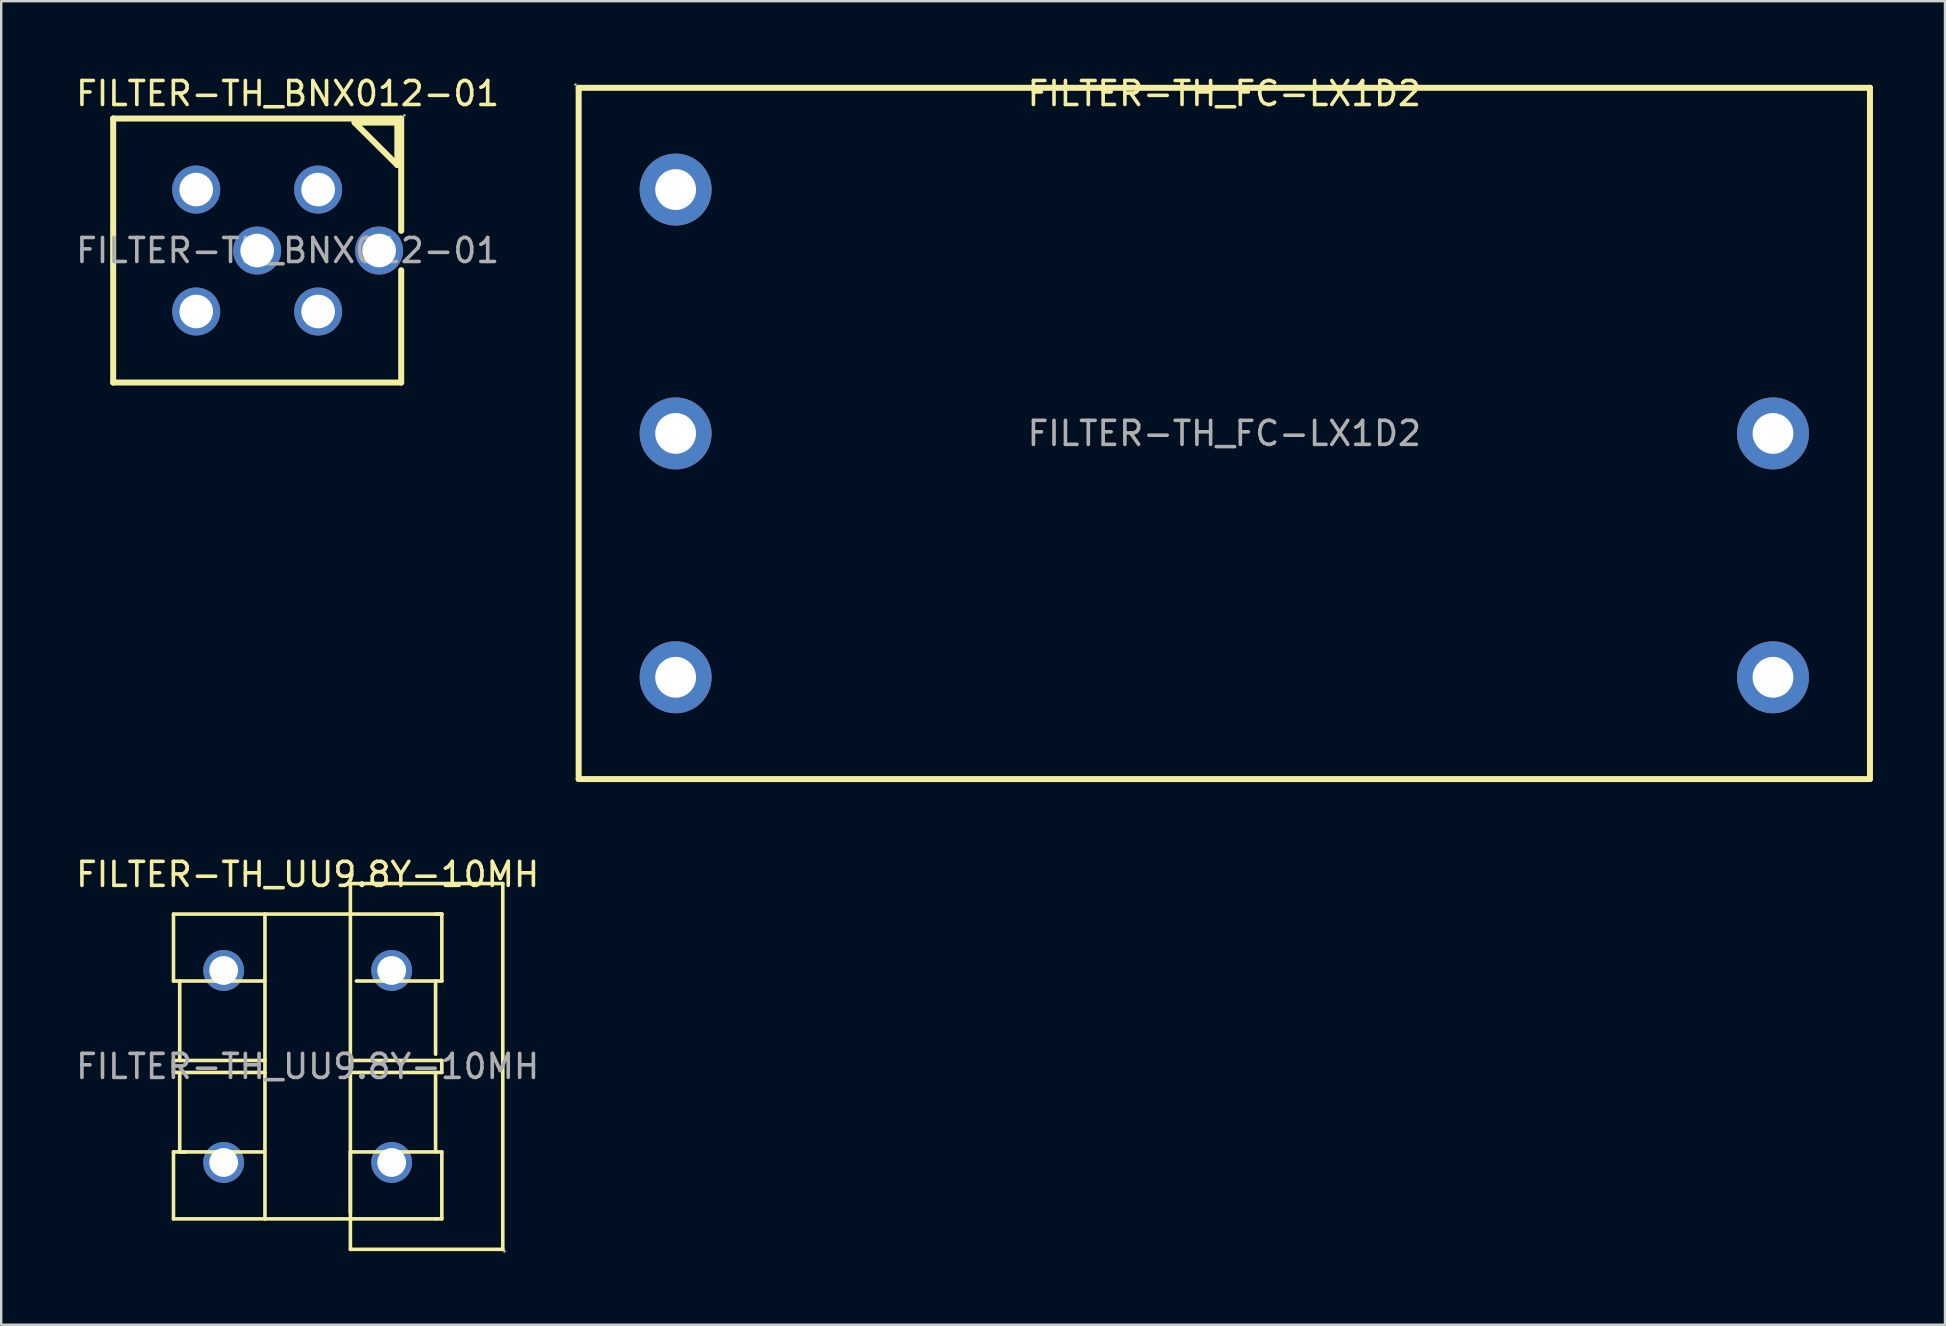
<source format=kicad_pcb>
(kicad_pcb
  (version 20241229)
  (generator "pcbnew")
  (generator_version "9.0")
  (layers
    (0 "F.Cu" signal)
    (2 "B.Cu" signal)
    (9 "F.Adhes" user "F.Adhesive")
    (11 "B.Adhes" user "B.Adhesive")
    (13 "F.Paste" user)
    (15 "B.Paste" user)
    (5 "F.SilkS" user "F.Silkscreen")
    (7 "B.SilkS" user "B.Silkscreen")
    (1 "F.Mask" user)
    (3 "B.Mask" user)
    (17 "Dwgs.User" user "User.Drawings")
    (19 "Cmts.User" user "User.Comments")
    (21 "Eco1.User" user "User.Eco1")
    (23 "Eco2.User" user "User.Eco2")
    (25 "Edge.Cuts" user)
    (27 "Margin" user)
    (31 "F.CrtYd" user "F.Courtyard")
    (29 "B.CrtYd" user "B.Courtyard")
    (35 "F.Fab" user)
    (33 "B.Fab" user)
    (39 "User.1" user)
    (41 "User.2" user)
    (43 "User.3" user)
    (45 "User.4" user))
  (footprint "FILTER-TH_FC-LX1D2"
    (layer "F.Cu")
    (at 47.959 15.008)
    (property "Reference" "FILTER-TH_FC-LX1D2" (at 0 -14.16 0) (layer "F.SilkS") (effects (font (size 1 1) (thickness 0.15))))
    (attr through_hole)
    (fp_line (start -26.9 -14.4) (end -26.9 14.4) (stroke (width 0.25) (type solid)) (layer "F.SilkS"))
    (fp_line (start -26.9 -14.4) (end 26.9 -14.4) (stroke (width 0.25) (type solid)) (layer "F.SilkS"))
    (fp_line (start -26.9 14.4) (end 26.9 14.4) (stroke (width 0.25) (type solid)) (layer "F.SilkS"))
    (fp_line (start 26.9 -14.4) (end 26.9 14.4) (stroke (width 0.25) (type solid)) (layer "F.SilkS"))
    (fp_circle (center -27.03 -14.53) (end -27 -14.53) (stroke (width 0.06) (type solid)) (fill no) (layer "F.Fab"))
    (fp_circle (center -22.86 -10.16) (end -22.48 -10.16) (stroke (width 0.75) (type solid)) (fill no) (layer "F.Fab"))
    (fp_circle (center -22.86 0) (end -22.48 0) (stroke (width 0.75) (type solid)) (fill no) (layer "F.Fab"))
    (fp_circle (center -22.86 10.16) (end -22.48 10.16) (stroke (width 0.75) (type solid)) (fill no) (layer "F.Fab"))
    (fp_circle (center 22.86 0) (end 23.24 0) (stroke (width 0.75) (type solid)) (fill no) (layer "F.Fab"))
    (fp_circle (center 22.86 10.16) (end 23.24 10.16) (stroke (width 0.75) (type solid)) (fill no) (layer "F.Fab"))
    (fp_text user "${REFERENCE}" (at 0 0 0) (layer "F.Fab") (effects (font (size 1 1) (thickness 0.15))))
    (pad "1" thru_hole circle (at -22.86 -10.16) (size 3 3) (drill 1.7) (layers "*.Cu" "*.Paste" "*.Mask"))
    (pad "2" thru_hole circle (at -22.86 0) (size 3 3) (drill 1.7) (layers "*.Cu" "*.Paste" "*.Mask"))
    (pad "3" thru_hole circle (at -22.86 10.16) (size 3 3) (drill 1.7) (layers "*.Cu" "*.Paste" "*.Mask"))
    (pad "4" thru_hole circle (at 22.86 10.16) (size 3 3) (drill 1.7) (layers "*.Cu" "*.Paste" "*.Mask"))
    (pad "5" thru_hole circle (at 22.86 0) (size 3 3) (drill 1.7) (layers "*.Cu" "*.Paste" "*.Mask")))
  (footprint "FILTER-TH_UU9.8Y-10MH"
    (layer "F.Cu")
    (at 9.768 41.382)
    (property "Reference" "FILTER-TH_UU9.8Y-10MH" (at 0 -8 0) (layer "F.SilkS") (effects (font (size 1 1) (thickness 0.15))))
    (attr through_hole)
    (fp_line (start -5.59 -6.35) (end -1.78 -6.35) (stroke (width 0.15) (type solid)) (layer "F.SilkS"))
    (fp_line (start -5.59 -3.56) (end -5.59 -6.35) (stroke (width 0.15) (type solid)) (layer "F.SilkS"))
    (fp_line (start -5.59 -3.56) (end -1.78 -3.56) (stroke (width 0.15) (type solid)) (layer "F.SilkS"))
    (fp_line (start -5.59 -0.25) (end -5.59 0.25) (stroke (width 0.15) (type solid)) (layer "F.SilkS"))
    (fp_line (start -5.59 0.25) (end -1.78 0.25) (stroke (width 0.15) (type solid)) (layer "F.SilkS"))
    (fp_line (start -5.59 3.56) (end -5.08 3.56) (stroke (width 0.15) (type solid)) (layer "F.SilkS"))
    (fp_line (start -5.59 6.35) (end -5.59 3.56) (stroke (width 0.15) (type solid)) (layer "F.SilkS"))
    (fp_line (start -5.59 6.35) (end -1.78 6.35) (stroke (width 0.15) (type solid)) (layer "F.SilkS"))
    (fp_line (start -5.33 -3.56) (end -5.33 -0.25) (stroke (width 0.15) (type solid)) (layer "F.SilkS"))
    (fp_line (start -5.33 0.25) (end -5.33 3.56) (stroke (width 0.15) (type solid)) (layer "F.SilkS"))
    (fp_line (start -1.78 -6.35) (end -1.78 6.35) (stroke (width 0.15) (type solid)) (layer "F.SilkS"))
    (fp_line (start -1.78 -0.25) (end -5.59 -0.25) (stroke (width 0.15) (type solid)) (layer "F.SilkS"))
    (fp_line (start -1.78 0.25) (end -1.78 0.25) (stroke (width 0.15) (type solid)) (layer "F.SilkS"))
    (fp_line (start -1.78 3.56) (end -5.33 3.56) (stroke (width 0.15) (type solid)) (layer "F.SilkS"))
    (fp_line (start -1.78 6.35) (end 1.78 6.35) (stroke (width 0.15) (type solid)) (layer "F.SilkS"))
    (fp_line (start 1.78 -7.62) (end 1.78 -6.35) (stroke (width 0.15) (type solid)) (layer "F.SilkS"))
    (fp_line (start 1.78 -6.35) (end -1.78 -6.35) (stroke (width 0.15) (type solid)) (layer "F.SilkS"))
    (fp_line (start 1.78 -6.35) (end 5.59 -6.35) (stroke (width 0.15) (type solid)) (layer "F.SilkS"))
    (fp_line (start 1.78 -0.25) (end 5.59 -0.25) (stroke (width 0.15) (type solid)) (layer "F.SilkS"))
    (fp_line (start 1.78 3.56) (end 1.78 6.1) (stroke (width 0.15) (type solid)) (layer "F.SilkS"))
    (fp_line (start 1.78 6.35) (end 1.78 -6.35) (stroke (width 0.15) (type solid)) (layer "F.SilkS"))
    (fp_line (start 1.78 6.35) (end 5.33 6.35) (stroke (width 0.15) (type solid)) (layer "F.SilkS"))
    (fp_line (start 1.78 7.62) (end 1.78 6.35) (stroke (width 0.15) (type solid)) (layer "F.SilkS"))
    (fp_line (start 1.78 7.62) (end 8.13 7.62) (stroke (width 0.15) (type solid)) (layer "F.SilkS"))
    (fp_line (start 5.33 -3.56) (end 5.33 -0.51) (stroke (width 0.15) (type solid)) (layer "F.SilkS"))
    (fp_line (start 5.33 0.25) (end 5.33 3.56) (stroke (width 0.15) (type solid)) (layer "F.SilkS"))
    (fp_line (start 5.33 6.35) (end 5.59 6.35) (stroke (width 0.15) (type solid)) (layer "F.SilkS"))
    (fp_line (start 5.59 -6.35) (end 5.33 -6.35) (stroke (width 0.15) (type solid)) (layer "F.SilkS"))
    (fp_line (start 5.59 -3.56) (end 2.03 -3.56) (stroke (width 0.15) (type solid)) (layer "F.SilkS"))
    (fp_line (start 5.59 -3.56) (end 5.59 -6.35) (stroke (width 0.15) (type solid)) (layer "F.SilkS"))
    (fp_line (start 5.59 -0.25) (end 5.59 0.25) (stroke (width 0.15) (type solid)) (layer "F.SilkS"))
    (fp_line (start 5.59 0.25) (end 1.78 0.25) (stroke (width 0.15) (type solid)) (layer "F.SilkS"))
    (fp_line (start 5.59 3.56) (end 1.78 3.56) (stroke (width 0.15) (type solid)) (layer "F.SilkS"))
    (fp_line (start 5.59 6.35) (end 5.59 3.56) (stroke (width 0.15) (type solid)) (layer "F.SilkS"))
    (fp_line (start 8.13 -7.62) (end 1.78 -7.62) (stroke (width 0.15) (type solid)) (layer "F.SilkS"))
    (fp_line (start 8.13 7.62) (end 8.13 -7.62) (stroke (width 0.15) (type solid)) (layer "F.SilkS"))
    (fp_circle (center -3.5 -4) (end -3.25 -4) (stroke (width 0.5) (type solid)) (fill no) (layer "F.Fab"))
    (fp_circle (center -3.5 4) (end -3.25 4) (stroke (width 0.5) (type solid)) (fill no) (layer "F.Fab"))
    (fp_circle (center 3.5 -4) (end 3.75 -4) (stroke (width 0.5) (type solid)) (fill no) (layer "F.Fab"))
    (fp_circle (center 3.5 4) (end 3.75 4) (stroke (width 0.5) (type solid)) (fill no) (layer "F.Fab"))
    (fp_circle (center 8.2 7.7) (end 8.23 7.7) (stroke (width 0.06) (type solid)) (fill no) (layer "F.Fab"))
    (fp_text user "${REFERENCE}" (at 0 0 0) (layer "F.Fab") (effects (font (size 1 1) (thickness 0.15))))
    (pad "1" thru_hole circle (at 3.5 4) (size 1.7 1.7) (drill 1.2) (layers "*.Cu" "*.Paste" "*.Mask"))
    (pad "2" thru_hole circle (at -3.5 4) (size 1.7 1.7) (drill 1.2) (layers "*.Cu" "*.Paste" "*.Mask"))
    (pad "3" thru_hole circle (at -3.5 -4) (size 1.7 1.7) (drill 1.2) (layers "*.Cu" "*.Paste" "*.Mask"))
    (pad "4" thru_hole circle (at 3.5 -4) (size 1.7 1.7) (drill 1.2) (layers "*.Cu" "*.Paste" "*.Mask")))
  (footprint "FILTER-TH_BNX012-01"
    (layer "F.Cu")
    (at 8.935 7.388)
    (property "Reference" "FILTER-TH_BNX012-01" (at 0 -6.54 0) (layer "F.SilkS") (effects (font (size 1 1) (thickness 0.15))))
    (attr through_hole)
    (fp_line (start -7.27 -5.5) (end 4.73 -5.5) (stroke (width 0.25) (type solid)) (layer "F.SilkS"))
    (fp_line (start -7.27 5.5) (end -7.27 -5.5) (stroke (width 0.25) (type solid)) (layer "F.SilkS"))
    (fp_line (start 2.79 -5.33) (end 4.57 -3.56) (stroke (width 0.25) (type solid)) (layer "F.SilkS"))
    (fp_line (start 4.57 -5.33) (end 2.79 -5.33) (stroke (width 0.25) (type solid)) (layer "F.SilkS"))
    (fp_line (start 4.57 -3.56) (end 4.57 -5.33) (stroke (width 0.25) (type solid)) (layer "F.SilkS"))
    (fp_line (start 4.73 -5.5) (end 4.73 -0.82) (stroke (width 0.25) (type solid)) (layer "F.SilkS"))
    (fp_line (start 4.73 0.82) (end 4.73 5.5) (stroke (width 0.25) (type solid)) (layer "F.SilkS"))
    (fp_line (start 4.73 5.5) (end -7.27 5.5) (stroke (width 0.25) (type solid)) (layer "F.SilkS"))
    (fp_circle (center -3.81 -2.54) (end -3.51 -2.54) (stroke (width 0.6) (type solid)) (fill no) (layer "F.Fab"))
    (fp_circle (center -3.81 2.54) (end -3.51 2.54) (stroke (width 0.6) (type solid)) (fill no) (layer "F.Fab"))
    (fp_circle (center -1.27 0) (end -0.97 0) (stroke (width 0.6) (type solid)) (fill no) (layer "F.Fab"))
    (fp_circle (center 1.27 -2.54) (end 1.57 -2.54) (stroke (width 0.6) (type solid)) (fill no) (layer "F.Fab"))
    (fp_circle (center 1.27 2.54) (end 1.57 2.54) (stroke (width 0.6) (type solid)) (fill no) (layer "F.Fab"))
    (fp_circle (center 3.81 0) (end 4.11 0) (stroke (width 0.6) (type solid)) (fill no) (layer "F.Fab"))
    (fp_circle (center 4.86 -5.63) (end 4.89 -5.63) (stroke (width 0.06) (type solid)) (fill no) (layer "F.Fab"))
    (fp_text user "${REFERENCE}" (at 0 0 0) (layer "F.Fab") (effects (font (size 1 1) (thickness 0.15))))
    (pad "1" thru_hole circle (at 1.27 -2.54) (size 2 2) (drill 1.4) (layers "*.Cu" "*.Paste" "*.Mask"))
    (pad "2" thru_hole circle (at 1.27 2.54) (size 2 2) (drill 1.4) (layers "*.Cu" "*.Paste" "*.Mask"))
    (pad "3" thru_hole circle (at -3.81 -2.54) (size 2 2) (drill 1.4) (layers "*.Cu" "*.Paste" "*.Mask"))
    (pad "4" thru_hole circle (at -3.81 2.54) (size 2 2) (drill 1.4) (layers "*.Cu" "*.Paste" "*.Mask"))
    (pad "4" thru_hole circle (at -1.27 0) (size 2 2) (drill 1.4) (layers "*.Cu" "*.Paste" "*.Mask"))
    (pad "4" thru_hole circle (at 3.81 0) (size 2 2) (drill 1.4) (layers "*.Cu" "*.Paste" "*.Mask")))
  (gr_rect
    (start -3 -3)
    (end 77.984 52.142)
    (stroke (width 0.1) (type default))
    (fill no)
    (layer "Edge.Cuts")))
</source>
